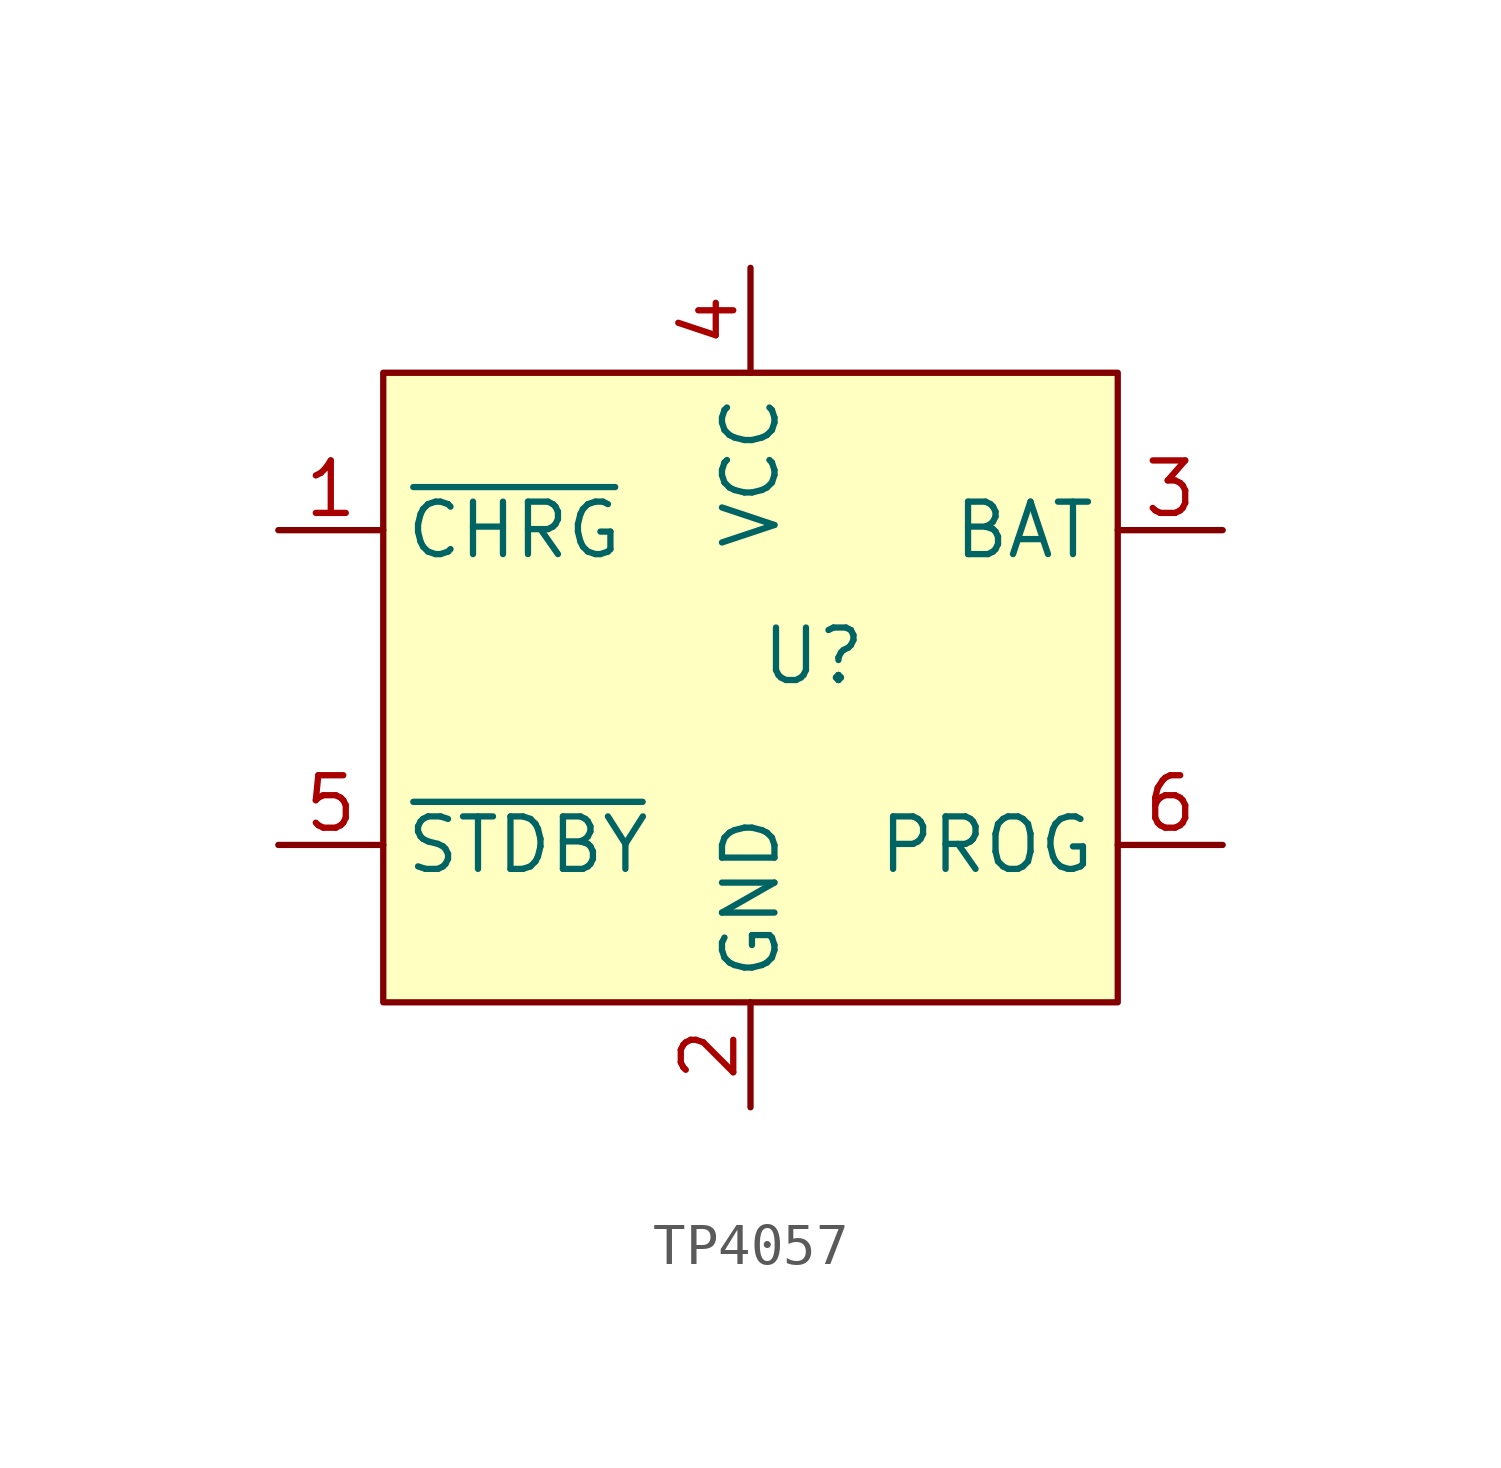
<source format=kicad_sym>
(kicad_symbol_lib
  (version 20231120)
  (generator "kicad_symbol_editor")
  (generator_version "8.0")
  (symbol "TP4057"
    (pin_names
      (offset 0.5))
    (property "Reference" "U"
      (at 1.524 0.762 0)
      (effects (font (size 1.27 1.27))))
    (property "Value" ""
      (at 0 3.81 0)
      (effects (font (size 1.27 1.27))))
    (symbol "TP4057_0_1"
      (rectangle (start -8.89 7.62) (end 8.89 -7.62) (stroke (width 0) (type default)) (fill (type background))))
    (symbol "TP4057_1_1"
      (pin input line (at -11.43 3.81 0) (length 2.54) (name "~{CHRG}" (effects (font (size 1.27 1.27)))) (number "1" (effects (font (size 1.27 1.27)))))
      (pin input line (at 0 -10.16 90) (length 2.54) (name "GND" (effects (font (size 1.27 1.27)))) (number "2" (effects (font (size 1.27 1.27)))))
      (pin input line (at 11.43 3.81 180) (length 2.54) (name "BAT" (effects (font (size 1.27 1.27)))) (number "3" (effects (font (size 1.27 1.27)))))
      (pin input line (at 0 10.16 270) (length 2.54) (name "VCC" (effects (font (size 1.27 1.27)))) (number "4" (effects (font (size 1.27 1.27)))))
      (pin input line (at -11.43 -3.81 0) (length 2.54) (name "~{STDBY}" (effects (font (size 1.27 1.27)))) (number "5" (effects (font (size 1.27 1.27)))))
      (pin input line (at 11.43 -3.81 180) (length 2.54) (name "PROG" (effects (font (size 1.27 1.27)))) (number "6" (effects (font (size 1.27 1.27))))))))
</source>
